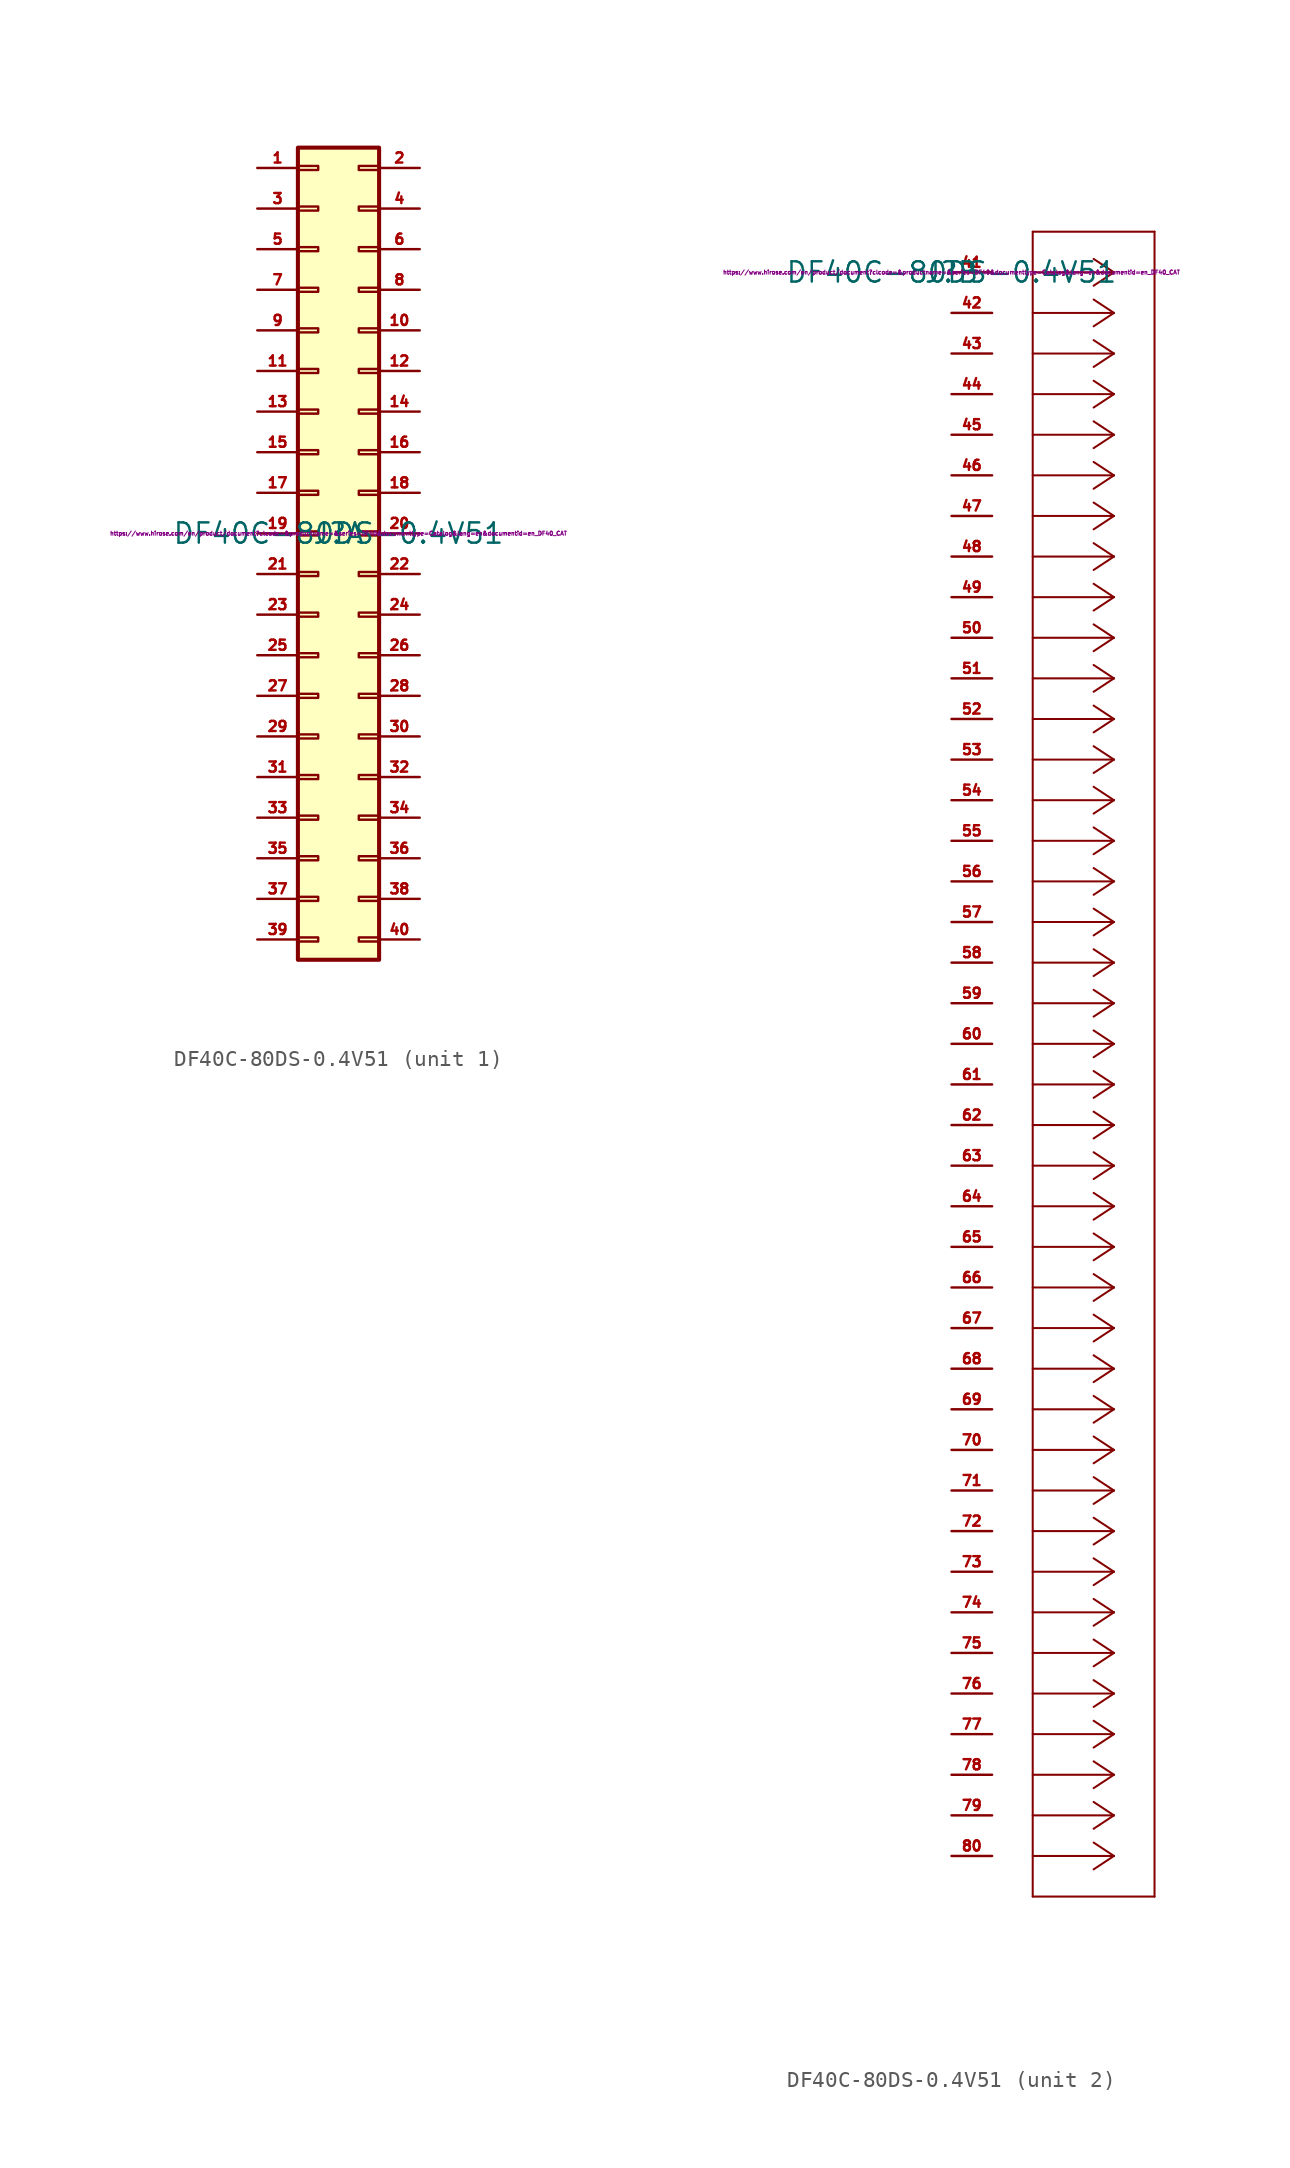
<source format=kicad_sym>
(kicad_symbol_lib
  (version 20211014)
  (generator kicad_symbol_editor)
  (symbol "DF40C-80DS-0.4V51"
    (pin_names
      (offset 1.27) hide)
    (property "Reference" "J"
      (at 0 0 0)
      (effects (font (size 1.27 1.27))))
    (property "Value" "DF40C-80DS-0.4V51"
      (at 0 0 0)
      (effects (font (size 1.27 1.27))))
    (property "Datasheet" "https://www.hirose.com/en/product/document?clcode=&productname=&series=DF40&documenttype=Catalog&lang=en&documentid=en_DF40_CAT"
      (at 0 0 0)
      (effects (font (size 0.254 0.254))))
    (property "ki_locked" ""
      (at 0 0 0)
      (effects (font (size 1.27 1.27))))
    (symbol "DF40C-80DS-0.4V51_1_1"
      (rectangle (start -2.54 -25.273) (end -1.27 -25.527) (stroke (width 0.152) (type default) (color 0 0 0 0)) (fill (type none)))
      (rectangle (start -2.54 -22.733) (end -1.27 -22.987) (stroke (width 0.152) (type default) (color 0 0 0 0)) (fill (type none)))
      (rectangle (start -2.54 -20.193) (end -1.27 -20.447) (stroke (width 0.152) (type default) (color 0 0 0 0)) (fill (type none)))
      (rectangle (start -2.54 -17.653) (end -1.27 -17.907) (stroke (width 0.152) (type default) (color 0 0 0 0)) (fill (type none)))
      (rectangle (start -2.54 -15.113) (end -1.27 -15.367) (stroke (width 0.152) (type default) (color 0 0 0 0)) (fill (type none)))
      (rectangle (start -2.54 -12.573) (end -1.27 -12.827) (stroke (width 0.152) (type default) (color 0 0 0 0)) (fill (type none)))
      (rectangle (start -2.54 -10.033) (end -1.27 -10.287) (stroke (width 0.152) (type default) (color 0 0 0 0)) (fill (type none)))
      (rectangle (start -2.54 -7.493) (end -1.27 -7.747) (stroke (width 0.152) (type default) (color 0 0 0 0)) (fill (type none)))
      (rectangle (start -2.54 -4.953) (end -1.27 -5.207) (stroke (width 0.152) (type default) (color 0 0 0 0)) (fill (type none)))
      (rectangle (start -2.54 -2.413) (end -1.27 -2.667) (stroke (width 0.152) (type default) (color 0 0 0 0)) (fill (type none)))
      (rectangle (start -2.54 0.127) (end -1.27 -0.127) (stroke (width 0.152) (type default) (color 0 0 0 0)) (fill (type none)))
      (rectangle (start -2.54 2.667) (end -1.27 2.413) (stroke (width 0.152) (type default) (color 0 0 0 0)) (fill (type none)))
      (rectangle (start -2.54 5.207) (end -1.27 4.953) (stroke (width 0.152) (type default) (color 0 0 0 0)) (fill (type none)))
      (rectangle (start -2.54 7.747) (end -1.27 7.493) (stroke (width 0.152) (type default) (color 0 0 0 0)) (fill (type none)))
      (rectangle (start -2.54 10.287) (end -1.27 10.033) (stroke (width 0.152) (type default) (color 0 0 0 0)) (fill (type none)))
      (rectangle (start -2.54 12.827) (end -1.27 12.573) (stroke (width 0.152) (type default) (color 0 0 0 0)) (fill (type none)))
      (rectangle (start -2.54 15.367) (end -1.27 15.113) (stroke (width 0.152) (type default) (color 0 0 0 0)) (fill (type none)))
      (rectangle (start -2.54 17.907) (end -1.27 17.653) (stroke (width 0.152) (type default) (color 0 0 0 0)) (fill (type none)))
      (rectangle (start -2.54 20.447) (end -1.27 20.193) (stroke (width 0.152) (type default) (color 0 0 0 0)) (fill (type none)))
      (rectangle (start -2.54 22.987) (end -1.27 22.733) (stroke (width 0.152) (type default) (color 0 0 0 0)) (fill (type none)))
      (rectangle (start -2.54 24.13) (end 2.54 -26.67) (stroke (width 0.254) (type default) (color 0 0 0 0)) (fill (type background)))
      (rectangle (start 2.54 -25.273) (end 1.27 -25.527) (stroke (width 0.152) (type default) (color 0 0 0 0)) (fill (type none)))
      (rectangle (start 2.54 -22.733) (end 1.27 -22.987) (stroke (width 0.152) (type default) (color 0 0 0 0)) (fill (type none)))
      (rectangle (start 2.54 -20.193) (end 1.27 -20.447) (stroke (width 0.152) (type default) (color 0 0 0 0)) (fill (type none)))
      (rectangle (start 2.54 -17.653) (end 1.27 -17.907) (stroke (width 0.152) (type default) (color 0 0 0 0)) (fill (type none)))
      (rectangle (start 2.54 -15.113) (end 1.27 -15.367) (stroke (width 0.152) (type default) (color 0 0 0 0)) (fill (type none)))
      (rectangle (start 2.54 -12.573) (end 1.27 -12.827) (stroke (width 0.152) (type default) (color 0 0 0 0)) (fill (type none)))
      (rectangle (start 2.54 -10.033) (end 1.27 -10.287) (stroke (width 0.152) (type default) (color 0 0 0 0)) (fill (type none)))
      (rectangle (start 2.54 -7.493) (end 1.27 -7.747) (stroke (width 0.152) (type default) (color 0 0 0 0)) (fill (type none)))
      (rectangle (start 2.54 -4.953) (end 1.27 -5.207) (stroke (width 0.152) (type default) (color 0 0 0 0)) (fill (type none)))
      (rectangle (start 2.54 -2.413) (end 1.27 -2.667) (stroke (width 0.152) (type default) (color 0 0 0 0)) (fill (type none)))
      (rectangle (start 2.54 0.127) (end 1.27 -0.127) (stroke (width 0.152) (type default) (color 0 0 0 0)) (fill (type none)))
      (rectangle (start 2.54 2.667) (end 1.27 2.413) (stroke (width 0.152) (type default) (color 0 0 0 0)) (fill (type none)))
      (rectangle (start 2.54 5.207) (end 1.27 4.953) (stroke (width 0.152) (type default) (color 0 0 0 0)) (fill (type none)))
      (rectangle (start 2.54 7.747) (end 1.27 7.493) (stroke (width 0.152) (type default) (color 0 0 0 0)) (fill (type none)))
      (rectangle (start 2.54 10.287) (end 1.27 10.033) (stroke (width 0.152) (type default) (color 0 0 0 0)) (fill (type none)))
      (rectangle (start 2.54 12.827) (end 1.27 12.573) (stroke (width 0.152) (type default) (color 0 0 0 0)) (fill (type none)))
      (rectangle (start 2.54 15.367) (end 1.27 15.113) (stroke (width 0.152) (type default) (color 0 0 0 0)) (fill (type none)))
      (rectangle (start 2.54 17.907) (end 1.27 17.653) (stroke (width 0.152) (type default) (color 0 0 0 0)) (fill (type none)))
      (rectangle (start 2.54 20.447) (end 1.27 20.193) (stroke (width 0.152) (type default) (color 0 0 0 0)) (fill (type none)))
      (rectangle (start 2.54 22.987) (end 1.27 22.733) (stroke (width 0.152) (type default) (color 0 0 0 0)) (fill (type none)))
      (pin passive line (at -5.08 22.86 0) (length 2.54) (name "Pin_1" (effects (font (size 1.27 1.27)))) (number "1" (effects (font (size 0.635 0.635)))))
      (pin passive line (at 5.08 12.7 180) (length 2.54) (name "Pin_10" (effects (font (size 1.27 1.27)))) (number "10" (effects (font (size 0.635 0.635)))))
      (pin passive line (at -5.08 10.16 0) (length 2.54) (name "Pin_11" (effects (font (size 1.27 1.27)))) (number "11" (effects (font (size 0.635 0.635)))))
      (pin passive line (at 5.08 10.16 180) (length 2.54) (name "Pin_12" (effects (font (size 1.27 1.27)))) (number "12" (effects (font (size 0.635 0.635)))))
      (pin passive line (at -5.08 7.62 0) (length 2.54) (name "Pin_13" (effects (font (size 1.27 1.27)))) (number "13" (effects (font (size 0.635 0.635)))))
      (pin passive line (at 5.08 7.62 180) (length 2.54) (name "Pin_14" (effects (font (size 1.27 1.27)))) (number "14" (effects (font (size 0.635 0.635)))))
      (pin passive line (at -5.08 5.08 0) (length 2.54) (name "Pin_15" (effects (font (size 1.27 1.27)))) (number "15" (effects (font (size 0.635 0.635)))))
      (pin passive line (at 5.08 5.08 180) (length 2.54) (name "Pin_16" (effects (font (size 1.27 1.27)))) (number "16" (effects (font (size 0.635 0.635)))))
      (pin passive line (at -5.08 2.54 0) (length 2.54) (name "Pin_17" (effects (font (size 1.27 1.27)))) (number "17" (effects (font (size 0.635 0.635)))))
      (pin passive line (at 5.08 2.54 180) (length 2.54) (name "Pin_18" (effects (font (size 1.27 1.27)))) (number "18" (effects (font (size 0.635 0.635)))))
      (pin passive line (at -5.08 0 0) (length 2.54) (name "Pin_19" (effects (font (size 1.27 1.27)))) (number "19" (effects (font (size 0.635 0.635)))))
      (pin passive line (at 5.08 22.86 180) (length 2.54) (name "Pin_2" (effects (font (size 1.27 1.27)))) (number "2" (effects (font (size 0.635 0.635)))))
      (pin passive line (at 5.08 0 180) (length 2.54) (name "Pin_20" (effects (font (size 1.27 1.27)))) (number "20" (effects (font (size 0.635 0.635)))))
      (pin passive line (at -5.08 -2.54 0) (length 2.54) (name "Pin_21" (effects (font (size 1.27 1.27)))) (number "21" (effects (font (size 0.635 0.635)))))
      (pin passive line (at 5.08 -2.54 180) (length 2.54) (name "Pin_22" (effects (font (size 1.27 1.27)))) (number "22" (effects (font (size 0.635 0.635)))))
      (pin passive line (at -5.08 -5.08 0) (length 2.54) (name "Pin_23" (effects (font (size 1.27 1.27)))) (number "23" (effects (font (size 0.635 0.635)))))
      (pin passive line (at 5.08 -5.08 180) (length 2.54) (name "Pin_24" (effects (font (size 1.27 1.27)))) (number "24" (effects (font (size 0.635 0.635)))))
      (pin passive line (at -5.08 -7.62 0) (length 2.54) (name "Pin_25" (effects (font (size 1.27 1.27)))) (number "25" (effects (font (size 0.635 0.635)))))
      (pin passive line (at 5.08 -7.62 180) (length 2.54) (name "Pin_26" (effects (font (size 1.27 1.27)))) (number "26" (effects (font (size 0.635 0.635)))))
      (pin passive line (at -5.08 -10.16 0) (length 2.54) (name "Pin_27" (effects (font (size 1.27 1.27)))) (number "27" (effects (font (size 0.635 0.635)))))
      (pin passive line (at 5.08 -10.16 180) (length 2.54) (name "Pin_28" (effects (font (size 1.27 1.27)))) (number "28" (effects (font (size 0.635 0.635)))))
      (pin passive line (at -5.08 -12.7 0) (length 2.54) (name "Pin_29" (effects (font (size 1.27 1.27)))) (number "29" (effects (font (size 0.635 0.635)))))
      (pin passive line (at -5.08 20.32 0) (length 2.54) (name "Pin_3" (effects (font (size 1.27 1.27)))) (number "3" (effects (font (size 0.635 0.635)))))
      (pin passive line (at 5.08 -12.7 180) (length 2.54) (name "Pin_30" (effects (font (size 1.27 1.27)))) (number "30" (effects (font (size 0.635 0.635)))))
      (pin passive line (at -5.08 -15.24 0) (length 2.54) (name "Pin_31" (effects (font (size 1.27 1.27)))) (number "31" (effects (font (size 0.635 0.635)))))
      (pin passive line (at 5.08 -15.24 180) (length 2.54) (name "Pin_32" (effects (font (size 1.27 1.27)))) (number "32" (effects (font (size 0.635 0.635)))))
      (pin passive line (at -5.08 -17.78 0) (length 2.54) (name "Pin_33" (effects (font (size 1.27 1.27)))) (number "33" (effects (font (size 0.635 0.635)))))
      (pin passive line (at 5.08 -17.78 180) (length 2.54) (name "Pin_34" (effects (font (size 1.27 1.27)))) (number "34" (effects (font (size 0.635 0.635)))))
      (pin passive line (at -5.08 -20.32 0) (length 2.54) (name "Pin_35" (effects (font (size 1.27 1.27)))) (number "35" (effects (font (size 0.635 0.635)))))
      (pin passive line (at 5.08 -20.32 180) (length 2.54) (name "Pin_36" (effects (font (size 1.27 1.27)))) (number "36" (effects (font (size 0.635 0.635)))))
      (pin passive line (at -5.08 -22.86 0) (length 2.54) (name "Pin_37" (effects (font (size 1.27 1.27)))) (number "37" (effects (font (size 0.635 0.635)))))
      (pin passive line (at 5.08 -22.86 180) (length 2.54) (name "Pin_38" (effects (font (size 1.27 1.27)))) (number "38" (effects (font (size 0.635 0.635)))))
      (pin passive line (at -5.08 -25.4 0) (length 2.54) (name "Pin_39" (effects (font (size 1.27 1.27)))) (number "39" (effects (font (size 0.635 0.635)))))
      (pin passive line (at 5.08 20.32 180) (length 2.54) (name "Pin_4" (effects (font (size 1.27 1.27)))) (number "4" (effects (font (size 0.635 0.635)))))
      (pin passive line (at 5.08 -25.4 180) (length 2.54) (name "Pin_40" (effects (font (size 1.27 1.27)))) (number "40" (effects (font (size 0.635 0.635)))))
      (pin passive line (at -5.08 17.78 0) (length 2.54) (name "Pin_5" (effects (font (size 1.27 1.27)))) (number "5" (effects (font (size 0.635 0.635)))))
      (pin passive line (at 5.08 17.78 180) (length 2.54) (name "Pin_6" (effects (font (size 1.27 1.27)))) (number "6" (effects (font (size 0.635 0.635)))))
      (pin passive line (at -5.08 15.24 0) (length 2.54) (name "Pin_7" (effects (font (size 1.27 1.27)))) (number "7" (effects (font (size 0.635 0.635)))))
      (pin passive line (at 5.08 15.24 180) (length 2.54) (name "Pin_8" (effects (font (size 1.27 1.27)))) (number "8" (effects (font (size 0.635 0.635)))))
      (pin passive line (at -5.08 12.7 0) (length 2.54) (name "Pin_9" (effects (font (size 1.27 1.27)))) (number "9" (effects (font (size 0.635 0.635))))))
    (symbol "DF40C-80DS-0.4V51_2_1"
      (polyline (pts (xy 5.08 -101.6) (xy 12.7 -101.6)) (stroke (width 0.127) (type default) (color 0 0 0 0)) (fill (type none)))
      (polyline (pts (xy 5.08 2.54) (xy 5.08 -101.6)) (stroke (width 0.127) (type default) (color 0 0 0 0)) (fill (type none)))
      (polyline (pts (xy 10.16 -99.06) (xy 5.08 -99.06)) (stroke (width 0.127) (type default) (color 0 0 0 0)) (fill (type none)))
      (polyline (pts (xy 10.16 -99.06) (xy 8.89 -99.898)) (stroke (width 0.127) (type default) (color 0 0 0 0)) (fill (type none)))
      (polyline (pts (xy 10.16 -99.06) (xy 8.89 -98.222)) (stroke (width 0.127) (type default) (color 0 0 0 0)) (fill (type none)))
      (polyline (pts (xy 10.16 -96.52) (xy 5.08 -96.52)) (stroke (width 0.127) (type default) (color 0 0 0 0)) (fill (type none)))
      (polyline (pts (xy 10.16 -96.52) (xy 8.89 -97.358)) (stroke (width 0.127) (type default) (color 0 0 0 0)) (fill (type none)))
      (polyline (pts (xy 10.16 -96.52) (xy 8.89 -95.682)) (stroke (width 0.127) (type default) (color 0 0 0 0)) (fill (type none)))
      (polyline (pts (xy 10.16 -93.98) (xy 5.08 -93.98)) (stroke (width 0.127) (type default) (color 0 0 0 0)) (fill (type none)))
      (polyline (pts (xy 10.16 -93.98) (xy 8.89 -94.818)) (stroke (width 0.127) (type default) (color 0 0 0 0)) (fill (type none)))
      (polyline (pts (xy 10.16 -93.98) (xy 8.89 -93.142)) (stroke (width 0.127) (type default) (color 0 0 0 0)) (fill (type none)))
      (polyline (pts (xy 10.16 -91.44) (xy 5.08 -91.44)) (stroke (width 0.127) (type default) (color 0 0 0 0)) (fill (type none)))
      (polyline (pts (xy 10.16 -91.44) (xy 8.89 -92.278)) (stroke (width 0.127) (type default) (color 0 0 0 0)) (fill (type none)))
      (polyline (pts (xy 10.16 -91.44) (xy 8.89 -90.602)) (stroke (width 0.127) (type default) (color 0 0 0 0)) (fill (type none)))
      (polyline (pts (xy 10.16 -88.9) (xy 5.08 -88.9)) (stroke (width 0.127) (type default) (color 0 0 0 0)) (fill (type none)))
      (polyline (pts (xy 10.16 -88.9) (xy 8.89 -89.738)) (stroke (width 0.127) (type default) (color 0 0 0 0)) (fill (type none)))
      (polyline (pts (xy 10.16 -88.9) (xy 8.89 -88.062)) (stroke (width 0.127) (type default) (color 0 0 0 0)) (fill (type none)))
      (polyline (pts (xy 10.16 -86.36) (xy 5.08 -86.36)) (stroke (width 0.127) (type default) (color 0 0 0 0)) (fill (type none)))
      (polyline (pts (xy 10.16 -86.36) (xy 8.89 -87.198)) (stroke (width 0.127) (type default) (color 0 0 0 0)) (fill (type none)))
      (polyline (pts (xy 10.16 -86.36) (xy 8.89 -85.522)) (stroke (width 0.127) (type default) (color 0 0 0 0)) (fill (type none)))
      (polyline (pts (xy 10.16 -83.82) (xy 5.08 -83.82)) (stroke (width 0.127) (type default) (color 0 0 0 0)) (fill (type none)))
      (polyline (pts (xy 10.16 -83.82) (xy 8.89 -84.658)) (stroke (width 0.127) (type default) (color 0 0 0 0)) (fill (type none)))
      (polyline (pts (xy 10.16 -83.82) (xy 8.89 -82.982)) (stroke (width 0.127) (type default) (color 0 0 0 0)) (fill (type none)))
      (polyline (pts (xy 10.16 -81.28) (xy 5.08 -81.28)) (stroke (width 0.127) (type default) (color 0 0 0 0)) (fill (type none)))
      (polyline (pts (xy 10.16 -81.28) (xy 8.89 -82.118)) (stroke (width 0.127) (type default) (color 0 0 0 0)) (fill (type none)))
      (polyline (pts (xy 10.16 -81.28) (xy 8.89 -80.442)) (stroke (width 0.127) (type default) (color 0 0 0 0)) (fill (type none)))
      (polyline (pts (xy 10.16 -78.74) (xy 5.08 -78.74)) (stroke (width 0.127) (type default) (color 0 0 0 0)) (fill (type none)))
      (polyline (pts (xy 10.16 -78.74) (xy 8.89 -79.578)) (stroke (width 0.127) (type default) (color 0 0 0 0)) (fill (type none)))
      (polyline (pts (xy 10.16 -78.74) (xy 8.89 -77.902)) (stroke (width 0.127) (type default) (color 0 0 0 0)) (fill (type none)))
      (polyline (pts (xy 10.16 -76.2) (xy 5.08 -76.2)) (stroke (width 0.127) (type default) (color 0 0 0 0)) (fill (type none)))
      (polyline (pts (xy 10.16 -76.2) (xy 8.89 -77.038)) (stroke (width 0.127) (type default) (color 0 0 0 0)) (fill (type none)))
      (polyline (pts (xy 10.16 -76.2) (xy 8.89 -75.362)) (stroke (width 0.127) (type default) (color 0 0 0 0)) (fill (type none)))
      (polyline (pts (xy 10.16 -73.66) (xy 5.08 -73.66)) (stroke (width 0.127) (type default) (color 0 0 0 0)) (fill (type none)))
      (polyline (pts (xy 10.16 -73.66) (xy 8.89 -74.498)) (stroke (width 0.127) (type default) (color 0 0 0 0)) (fill (type none)))
      (polyline (pts (xy 10.16 -73.66) (xy 8.89 -72.822)) (stroke (width 0.127) (type default) (color 0 0 0 0)) (fill (type none)))
      (polyline (pts (xy 10.16 -71.12) (xy 5.08 -71.12)) (stroke (width 0.127) (type default) (color 0 0 0 0)) (fill (type none)))
      (polyline (pts (xy 10.16 -71.12) (xy 8.89 -71.958)) (stroke (width 0.127) (type default) (color 0 0 0 0)) (fill (type none)))
      (polyline (pts (xy 10.16 -71.12) (xy 8.89 -70.282)) (stroke (width 0.127) (type default) (color 0 0 0 0)) (fill (type none)))
      (polyline (pts (xy 10.16 -68.58) (xy 5.08 -68.58)) (stroke (width 0.127) (type default) (color 0 0 0 0)) (fill (type none)))
      (polyline (pts (xy 10.16 -68.58) (xy 8.89 -69.418)) (stroke (width 0.127) (type default) (color 0 0 0 0)) (fill (type none)))
      (polyline (pts (xy 10.16 -68.58) (xy 8.89 -67.742)) (stroke (width 0.127) (type default) (color 0 0 0 0)) (fill (type none)))
      (polyline (pts (xy 10.16 -66.04) (xy 5.08 -66.04)) (stroke (width 0.127) (type default) (color 0 0 0 0)) (fill (type none)))
      (polyline (pts (xy 10.16 -66.04) (xy 8.89 -66.878)) (stroke (width 0.127) (type default) (color 0 0 0 0)) (fill (type none)))
      (polyline (pts (xy 10.16 -66.04) (xy 8.89 -65.202)) (stroke (width 0.127) (type default) (color 0 0 0 0)) (fill (type none)))
      (polyline (pts (xy 10.16 -63.5) (xy 5.08 -63.5)) (stroke (width 0.127) (type default) (color 0 0 0 0)) (fill (type none)))
      (polyline (pts (xy 10.16 -63.5) (xy 8.89 -64.338)) (stroke (width 0.127) (type default) (color 0 0 0 0)) (fill (type none)))
      (polyline (pts (xy 10.16 -63.5) (xy 8.89 -62.662)) (stroke (width 0.127) (type default) (color 0 0 0 0)) (fill (type none)))
      (polyline (pts (xy 10.16 -60.96) (xy 5.08 -60.96)) (stroke (width 0.127) (type default) (color 0 0 0 0)) (fill (type none)))
      (polyline (pts (xy 10.16 -60.96) (xy 8.89 -61.798)) (stroke (width 0.127) (type default) (color 0 0 0 0)) (fill (type none)))
      (polyline (pts (xy 10.16 -60.96) (xy 8.89 -60.122)) (stroke (width 0.127) (type default) (color 0 0 0 0)) (fill (type none)))
      (polyline (pts (xy 10.16 -58.42) (xy 5.08 -58.42)) (stroke (width 0.127) (type default) (color 0 0 0 0)) (fill (type none)))
      (polyline (pts (xy 10.16 -58.42) (xy 8.89 -59.258)) (stroke (width 0.127) (type default) (color 0 0 0 0)) (fill (type none)))
      (polyline (pts (xy 10.16 -58.42) (xy 8.89 -57.582)) (stroke (width 0.127) (type default) (color 0 0 0 0)) (fill (type none)))
      (polyline (pts (xy 10.16 -55.88) (xy 5.08 -55.88)) (stroke (width 0.127) (type default) (color 0 0 0 0)) (fill (type none)))
      (polyline (pts (xy 10.16 -55.88) (xy 8.89 -56.718)) (stroke (width 0.127) (type default) (color 0 0 0 0)) (fill (type none)))
      (polyline (pts (xy 10.16 -55.88) (xy 8.89 -55.042)) (stroke (width 0.127) (type default) (color 0 0 0 0)) (fill (type none)))
      (polyline (pts (xy 10.16 -53.34) (xy 5.08 -53.34)) (stroke (width 0.127) (type default) (color 0 0 0 0)) (fill (type none)))
      (polyline (pts (xy 10.16 -53.34) (xy 8.89 -54.178)) (stroke (width 0.127) (type default) (color 0 0 0 0)) (fill (type none)))
      (polyline (pts (xy 10.16 -53.34) (xy 8.89 -52.502)) (stroke (width 0.127) (type default) (color 0 0 0 0)) (fill (type none)))
      (polyline (pts (xy 10.16 -50.8) (xy 5.08 -50.8)) (stroke (width 0.127) (type default) (color 0 0 0 0)) (fill (type none)))
      (polyline (pts (xy 10.16 -50.8) (xy 8.89 -51.638)) (stroke (width 0.127) (type default) (color 0 0 0 0)) (fill (type none)))
      (polyline (pts (xy 10.16 -50.8) (xy 8.89 -49.962)) (stroke (width 0.127) (type default) (color 0 0 0 0)) (fill (type none)))
      (polyline (pts (xy 10.16 -48.26) (xy 5.08 -48.26)) (stroke (width 0.127) (type default) (color 0 0 0 0)) (fill (type none)))
      (polyline (pts (xy 10.16 -48.26) (xy 8.89 -49.098)) (stroke (width 0.127) (type default) (color 0 0 0 0)) (fill (type none)))
      (polyline (pts (xy 10.16 -48.26) (xy 8.89 -47.422)) (stroke (width 0.127) (type default) (color 0 0 0 0)) (fill (type none)))
      (polyline (pts (xy 10.16 -45.72) (xy 5.08 -45.72)) (stroke (width 0.127) (type default) (color 0 0 0 0)) (fill (type none)))
      (polyline (pts (xy 10.16 -45.72) (xy 8.89 -46.558)) (stroke (width 0.127) (type default) (color 0 0 0 0)) (fill (type none)))
      (polyline (pts (xy 10.16 -45.72) (xy 8.89 -44.882)) (stroke (width 0.127) (type default) (color 0 0 0 0)) (fill (type none)))
      (polyline (pts (xy 10.16 -43.18) (xy 5.08 -43.18)) (stroke (width 0.127) (type default) (color 0 0 0 0)) (fill (type none)))
      (polyline (pts (xy 10.16 -43.18) (xy 8.89 -44.018)) (stroke (width 0.127) (type default) (color 0 0 0 0)) (fill (type none)))
      (polyline (pts (xy 10.16 -43.18) (xy 8.89 -42.342)) (stroke (width 0.127) (type default) (color 0 0 0 0)) (fill (type none)))
      (polyline (pts (xy 10.16 -40.64) (xy 5.08 -40.64)) (stroke (width 0.127) (type default) (color 0 0 0 0)) (fill (type none)))
      (polyline (pts (xy 10.16 -40.64) (xy 8.89 -41.478)) (stroke (width 0.127) (type default) (color 0 0 0 0)) (fill (type none)))
      (polyline (pts (xy 10.16 -40.64) (xy 8.89 -39.802)) (stroke (width 0.127) (type default) (color 0 0 0 0)) (fill (type none)))
      (polyline (pts (xy 10.16 -38.1) (xy 5.08 -38.1)) (stroke (width 0.127) (type default) (color 0 0 0 0)) (fill (type none)))
      (polyline (pts (xy 10.16 -38.1) (xy 8.89 -38.938)) (stroke (width 0.127) (type default) (color 0 0 0 0)) (fill (type none)))
      (polyline (pts (xy 10.16 -38.1) (xy 8.89 -37.262)) (stroke (width 0.127) (type default) (color 0 0 0 0)) (fill (type none)))
      (polyline (pts (xy 10.16 -35.56) (xy 5.08 -35.56)) (stroke (width 0.127) (type default) (color 0 0 0 0)) (fill (type none)))
      (polyline (pts (xy 10.16 -35.56) (xy 8.89 -36.398)) (stroke (width 0.127) (type default) (color 0 0 0 0)) (fill (type none)))
      (polyline (pts (xy 10.16 -35.56) (xy 8.89 -34.722)) (stroke (width 0.127) (type default) (color 0 0 0 0)) (fill (type none)))
      (polyline (pts (xy 10.16 -33.02) (xy 5.08 -33.02)) (stroke (width 0.127) (type default) (color 0 0 0 0)) (fill (type none)))
      (polyline (pts (xy 10.16 -33.02) (xy 8.89 -33.858)) (stroke (width 0.127) (type default) (color 0 0 0 0)) (fill (type none)))
      (polyline (pts (xy 10.16 -33.02) (xy 8.89 -32.182)) (stroke (width 0.127) (type default) (color 0 0 0 0)) (fill (type none)))
      (polyline (pts (xy 10.16 -30.48) (xy 5.08 -30.48)) (stroke (width 0.127) (type default) (color 0 0 0 0)) (fill (type none)))
      (polyline (pts (xy 10.16 -30.48) (xy 8.89 -31.318)) (stroke (width 0.127) (type default) (color 0 0 0 0)) (fill (type none)))
      (polyline (pts (xy 10.16 -30.48) (xy 8.89 -29.642)) (stroke (width 0.127) (type default) (color 0 0 0 0)) (fill (type none)))
      (polyline (pts (xy 10.16 -27.94) (xy 5.08 -27.94)) (stroke (width 0.127) (type default) (color 0 0 0 0)) (fill (type none)))
      (polyline (pts (xy 10.16 -27.94) (xy 8.89 -28.778)) (stroke (width 0.127) (type default) (color 0 0 0 0)) (fill (type none)))
      (polyline (pts (xy 10.16 -27.94) (xy 8.89 -27.102)) (stroke (width 0.127) (type default) (color 0 0 0 0)) (fill (type none)))
      (polyline (pts (xy 10.16 -25.4) (xy 5.08 -25.4)) (stroke (width 0.127) (type default) (color 0 0 0 0)) (fill (type none)))
      (polyline (pts (xy 10.16 -25.4) (xy 8.89 -26.238)) (stroke (width 0.127) (type default) (color 0 0 0 0)) (fill (type none)))
      (polyline (pts (xy 10.16 -25.4) (xy 8.89 -24.562)) (stroke (width 0.127) (type default) (color 0 0 0 0)) (fill (type none)))
      (polyline (pts (xy 10.16 -22.86) (xy 5.08 -22.86)) (stroke (width 0.127) (type default) (color 0 0 0 0)) (fill (type none)))
      (polyline (pts (xy 10.16 -22.86) (xy 8.89 -23.698)) (stroke (width 0.127) (type default) (color 0 0 0 0)) (fill (type none)))
      (polyline (pts (xy 10.16 -22.86) (xy 8.89 -22.022)) (stroke (width 0.127) (type default) (color 0 0 0 0)) (fill (type none)))
      (polyline (pts (xy 10.16 -20.32) (xy 5.08 -20.32)) (stroke (width 0.127) (type default) (color 0 0 0 0)) (fill (type none)))
      (polyline (pts (xy 10.16 -20.32) (xy 8.89 -21.158)) (stroke (width 0.127) (type default) (color 0 0 0 0)) (fill (type none)))
      (polyline (pts (xy 10.16 -20.32) (xy 8.89 -19.482)) (stroke (width 0.127) (type default) (color 0 0 0 0)) (fill (type none)))
      (polyline (pts (xy 10.16 -17.78) (xy 5.08 -17.78)) (stroke (width 0.127) (type default) (color 0 0 0 0)) (fill (type none)))
      (polyline (pts (xy 10.16 -17.78) (xy 8.89 -18.618)) (stroke (width 0.127) (type default) (color 0 0 0 0)) (fill (type none)))
      (polyline (pts (xy 10.16 -17.78) (xy 8.89 -16.942)) (stroke (width 0.127) (type default) (color 0 0 0 0)) (fill (type none)))
      (polyline (pts (xy 10.16 -15.24) (xy 5.08 -15.24)) (stroke (width 0.127) (type default) (color 0 0 0 0)) (fill (type none)))
      (polyline (pts (xy 10.16 -15.24) (xy 8.89 -16.078)) (stroke (width 0.127) (type default) (color 0 0 0 0)) (fill (type none)))
      (polyline (pts (xy 10.16 -15.24) (xy 8.89 -14.402)) (stroke (width 0.127) (type default) (color 0 0 0 0)) (fill (type none)))
      (polyline (pts (xy 10.16 -12.7) (xy 5.08 -12.7)) (stroke (width 0.127) (type default) (color 0 0 0 0)) (fill (type none)))
      (polyline (pts (xy 10.16 -12.7) (xy 8.89 -13.538)) (stroke (width 0.127) (type default) (color 0 0 0 0)) (fill (type none)))
      (polyline (pts (xy 10.16 -12.7) (xy 8.89 -11.862)) (stroke (width 0.127) (type default) (color 0 0 0 0)) (fill (type none)))
      (polyline (pts (xy 10.16 -10.16) (xy 5.08 -10.16)) (stroke (width 0.127) (type default) (color 0 0 0 0)) (fill (type none)))
      (polyline (pts (xy 10.16 -10.16) (xy 8.89 -10.998)) (stroke (width 0.127) (type default) (color 0 0 0 0)) (fill (type none)))
      (polyline (pts (xy 10.16 -10.16) (xy 8.89 -9.322)) (stroke (width 0.127) (type default) (color 0 0 0 0)) (fill (type none)))
      (polyline (pts (xy 10.16 -7.62) (xy 5.08 -7.62)) (stroke (width 0.127) (type default) (color 0 0 0 0)) (fill (type none)))
      (polyline (pts (xy 10.16 -7.62) (xy 8.89 -8.458)) (stroke (width 0.127) (type default) (color 0 0 0 0)) (fill (type none)))
      (polyline (pts (xy 10.16 -7.62) (xy 8.89 -6.782)) (stroke (width 0.127) (type default) (color 0 0 0 0)) (fill (type none)))
      (polyline (pts (xy 10.16 -5.08) (xy 5.08 -5.08)) (stroke (width 0.127) (type default) (color 0 0 0 0)) (fill (type none)))
      (polyline (pts (xy 10.16 -5.08) (xy 8.89 -5.918)) (stroke (width 0.127) (type default) (color 0 0 0 0)) (fill (type none)))
      (polyline (pts (xy 10.16 -5.08) (xy 8.89 -4.242)) (stroke (width 0.127) (type default) (color 0 0 0 0)) (fill (type none)))
      (polyline (pts (xy 10.16 -2.54) (xy 5.08 -2.54)) (stroke (width 0.127) (type default) (color 0 0 0 0)) (fill (type none)))
      (polyline (pts (xy 10.16 -2.54) (xy 8.89 -3.378)) (stroke (width 0.127) (type default) (color 0 0 0 0)) (fill (type none)))
      (polyline (pts (xy 10.16 -2.54) (xy 8.89 -1.702)) (stroke (width 0.127) (type default) (color 0 0 0 0)) (fill (type none)))
      (polyline (pts (xy 10.16 0) (xy 5.08 0)) (stroke (width 0.127) (type default) (color 0 0 0 0)) (fill (type none)))
      (polyline (pts (xy 10.16 0) (xy 8.89 -0.838)) (stroke (width 0.127) (type default) (color 0 0 0 0)) (fill (type none)))
      (polyline (pts (xy 10.16 0) (xy 8.89 0.838)) (stroke (width 0.127) (type default) (color 0 0 0 0)) (fill (type none)))
      (polyline (pts (xy 12.7 -101.6) (xy 12.7 2.54)) (stroke (width 0.127) (type default) (color 0 0 0 0)) (fill (type none)))
      (polyline (pts (xy 12.7 2.54) (xy 5.08 2.54)) (stroke (width 0.127) (type default) (color 0 0 0 0)) (fill (type none)))
      (pin unspecified line (at 0 0 0) (length 2.54) (name "41" (effects (font (size 1.27 1.27)))) (number "41" (effects (font (size 0.635 0.635)))))
      (pin unspecified line (at 0 -2.54 0) (length 2.54) (name "42" (effects (font (size 1.27 1.27)))) (number "42" (effects (font (size 0.635 0.635)))))
      (pin unspecified line (at 0 -5.08 0) (length 2.54) (name "43" (effects (font (size 1.27 1.27)))) (number "43" (effects (font (size 0.635 0.635)))))
      (pin unspecified line (at 0 -7.62 0) (length 2.54) (name "44" (effects (font (size 1.27 1.27)))) (number "44" (effects (font (size 0.635 0.635)))))
      (pin unspecified line (at 0 -10.16 0) (length 2.54) (name "45" (effects (font (size 1.27 1.27)))) (number "45" (effects (font (size 0.635 0.635)))))
      (pin unspecified line (at 0 -12.7 0) (length 2.54) (name "46" (effects (font (size 1.27 1.27)))) (number "46" (effects (font (size 0.635 0.635)))))
      (pin unspecified line (at 0 -15.24 0) (length 2.54) (name "47" (effects (font (size 1.27 1.27)))) (number "47" (effects (font (size 0.635 0.635)))))
      (pin unspecified line (at 0 -17.78 0) (length 2.54) (name "48" (effects (font (size 1.27 1.27)))) (number "48" (effects (font (size 0.635 0.635)))))
      (pin unspecified line (at 0 -20.32 0) (length 2.54) (name "49" (effects (font (size 1.27 1.27)))) (number "49" (effects (font (size 0.635 0.635)))))
      (pin unspecified line (at 0 -22.86 0) (length 2.54) (name "50" (effects (font (size 1.27 1.27)))) (number "50" (effects (font (size 0.635 0.635)))))
      (pin unspecified line (at 0 -25.4 0) (length 2.54) (name "51" (effects (font (size 1.27 1.27)))) (number "51" (effects (font (size 0.635 0.635)))))
      (pin unspecified line (at 0 -27.94 0) (length 2.54) (name "52" (effects (font (size 1.27 1.27)))) (number "52" (effects (font (size 0.635 0.635)))))
      (pin unspecified line (at 0 -30.48 0) (length 2.54) (name "53" (effects (font (size 1.27 1.27)))) (number "53" (effects (font (size 0.635 0.635)))))
      (pin unspecified line (at 0 -33.02 0) (length 2.54) (name "54" (effects (font (size 1.27 1.27)))) (number "54" (effects (font (size 0.635 0.635)))))
      (pin unspecified line (at 0 -35.56 0) (length 2.54) (name "55" (effects (font (size 1.27 1.27)))) (number "55" (effects (font (size 0.635 0.635)))))
      (pin unspecified line (at 0 -38.1 0) (length 2.54) (name "56" (effects (font (size 1.27 1.27)))) (number "56" (effects (font (size 0.635 0.635)))))
      (pin unspecified line (at 0 -40.64 0) (length 2.54) (name "57" (effects (font (size 1.27 1.27)))) (number "57" (effects (font (size 0.635 0.635)))))
      (pin unspecified line (at 0 -43.18 0) (length 2.54) (name "58" (effects (font (size 1.27 1.27)))) (number "58" (effects (font (size 0.635 0.635)))))
      (pin unspecified line (at 0 -45.72 0) (length 2.54) (name "59" (effects (font (size 1.27 1.27)))) (number "59" (effects (font (size 0.635 0.635)))))
      (pin unspecified line (at 0 -48.26 0) (length 2.54) (name "60" (effects (font (size 1.27 1.27)))) (number "60" (effects (font (size 0.635 0.635)))))
      (pin unspecified line (at 0 -50.8 0) (length 2.54) (name "61" (effects (font (size 1.27 1.27)))) (number "61" (effects (font (size 0.635 0.635)))))
      (pin unspecified line (at 0 -53.34 0) (length 2.54) (name "62" (effects (font (size 1.27 1.27)))) (number "62" (effects (font (size 0.635 0.635)))))
      (pin unspecified line (at 0 -55.88 0) (length 2.54) (name "63" (effects (font (size 1.27 1.27)))) (number "63" (effects (font (size 0.635 0.635)))))
      (pin unspecified line (at 0 -58.42 0) (length 2.54) (name "64" (effects (font (size 1.27 1.27)))) (number "64" (effects (font (size 0.635 0.635)))))
      (pin unspecified line (at 0 -60.96 0) (length 2.54) (name "65" (effects (font (size 1.27 1.27)))) (number "65" (effects (font (size 0.635 0.635)))))
      (pin unspecified line (at 0 -63.5 0) (length 2.54) (name "66" (effects (font (size 1.27 1.27)))) (number "66" (effects (font (size 0.635 0.635)))))
      (pin unspecified line (at 0 -66.04 0) (length 2.54) (name "67" (effects (font (size 1.27 1.27)))) (number "67" (effects (font (size 0.635 0.635)))))
      (pin unspecified line (at 0 -68.58 0) (length 2.54) (name "68" (effects (font (size 1.27 1.27)))) (number "68" (effects (font (size 0.635 0.635)))))
      (pin unspecified line (at 0 -71.12 0) (length 2.54) (name "69" (effects (font (size 1.27 1.27)))) (number "69" (effects (font (size 0.635 0.635)))))
      (pin unspecified line (at 0 -73.66 0) (length 2.54) (name "70" (effects (font (size 1.27 1.27)))) (number "70" (effects (font (size 0.635 0.635)))))
      (pin unspecified line (at 0 -76.2 0) (length 2.54) (name "71" (effects (font (size 1.27 1.27)))) (number "71" (effects (font (size 0.635 0.635)))))
      (pin unspecified line (at 0 -78.74 0) (length 2.54) (name "72" (effects (font (size 1.27 1.27)))) (number "72" (effects (font (size 0.635 0.635)))))
      (pin unspecified line (at 0 -81.28 0) (length 2.54) (name "73" (effects (font (size 1.27 1.27)))) (number "73" (effects (font (size 0.635 0.635)))))
      (pin unspecified line (at 0 -83.82 0) (length 2.54) (name "74" (effects (font (size 1.27 1.27)))) (number "74" (effects (font (size 0.635 0.635)))))
      (pin unspecified line (at 0 -86.36 0) (length 2.54) (name "75" (effects (font (size 1.27 1.27)))) (number "75" (effects (font (size 0.635 0.635)))))
      (pin unspecified line (at 0 -88.9 0) (length 2.54) (name "76" (effects (font (size 1.27 1.27)))) (number "76" (effects (font (size 0.635 0.635)))))
      (pin unspecified line (at 0 -91.44 0) (length 2.54) (name "77" (effects (font (size 1.27 1.27)))) (number "77" (effects (font (size 0.635 0.635)))))
      (pin unspecified line (at 0 -93.98 0) (length 2.54) (name "78" (effects (font (size 1.27 1.27)))) (number "78" (effects (font (size 0.635 0.635)))))
      (pin unspecified line (at 0 -96.52 0) (length 2.54) (name "79" (effects (font (size 1.27 1.27)))) (number "79" (effects (font (size 0.635 0.635)))))
      (pin unspecified line (at 0 -99.06 0) (length 2.54) (name "80" (effects (font (size 1.27 1.27)))) (number "80" (effects (font (size 0.635 0.635))))))))
</source>
